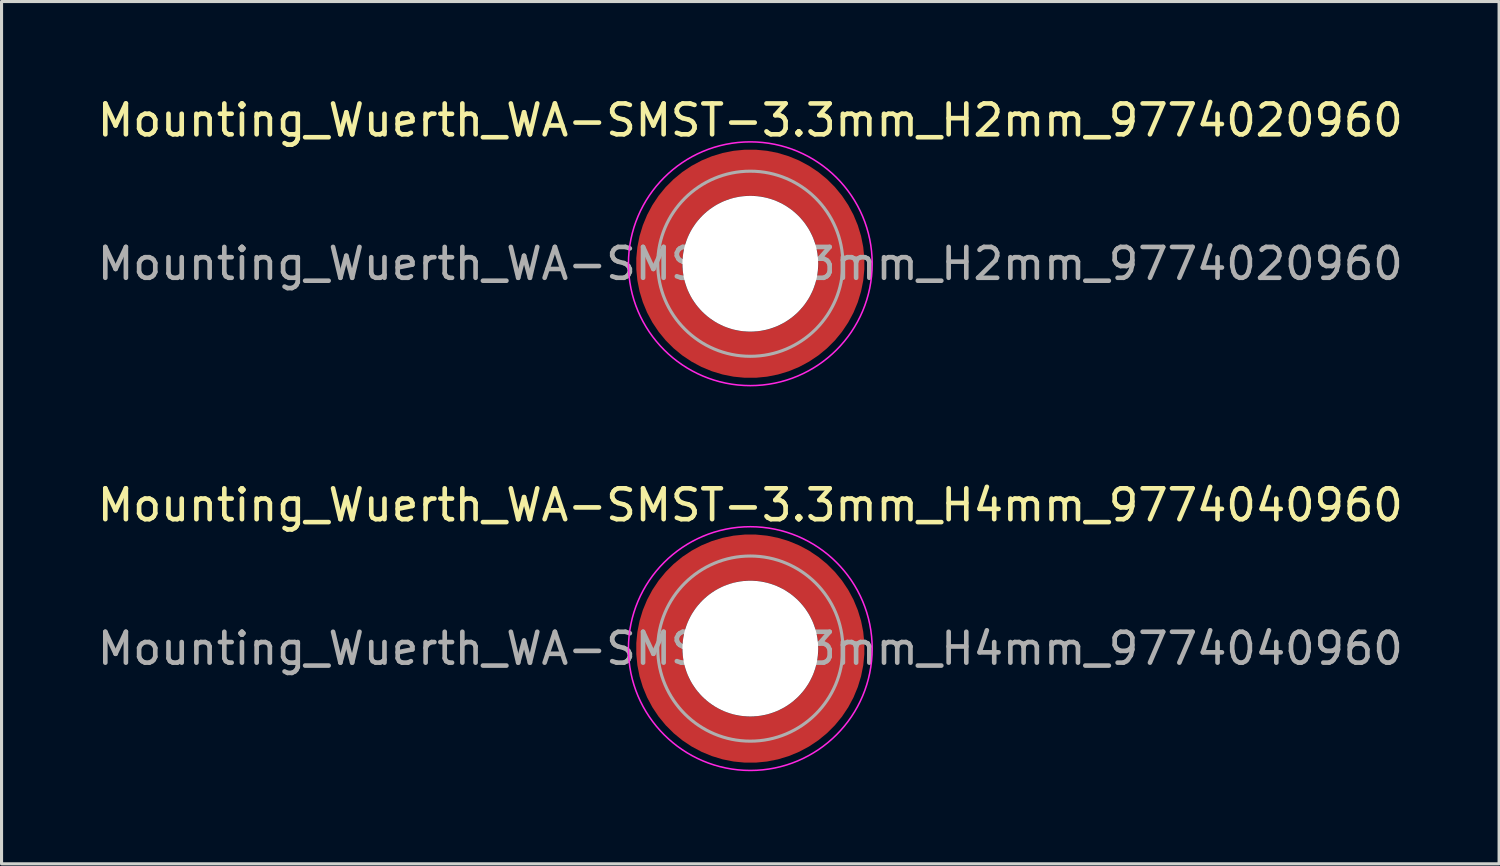
<source format=kicad_pcb>
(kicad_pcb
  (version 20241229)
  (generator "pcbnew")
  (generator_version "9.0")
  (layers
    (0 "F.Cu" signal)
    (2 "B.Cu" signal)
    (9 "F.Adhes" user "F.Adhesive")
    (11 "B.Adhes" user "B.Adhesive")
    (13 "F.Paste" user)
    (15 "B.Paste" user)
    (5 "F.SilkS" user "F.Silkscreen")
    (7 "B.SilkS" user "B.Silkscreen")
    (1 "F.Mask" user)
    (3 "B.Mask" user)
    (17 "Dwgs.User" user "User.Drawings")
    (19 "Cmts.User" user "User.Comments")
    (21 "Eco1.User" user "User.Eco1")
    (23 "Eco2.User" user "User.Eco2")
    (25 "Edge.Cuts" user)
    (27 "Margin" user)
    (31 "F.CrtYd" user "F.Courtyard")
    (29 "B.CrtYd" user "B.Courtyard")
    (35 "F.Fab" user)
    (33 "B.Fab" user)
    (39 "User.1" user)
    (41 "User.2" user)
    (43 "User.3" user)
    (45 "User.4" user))
  (footprint "Mounting_Wuerth_WA-SMST-3.3mm_H2mm_9774020960"
    (layer "F.Cu")
    (at 21.268 5.498)
    (property "Reference" "Mounting_Wuerth_WA-SMST-3.3mm_H2mm_9774020960" (at 0 -4.65 0) (layer "F.SilkS") (effects (font (size 1 1) (thickness 0.15))))
    (attr smd)
    (fp_circle (center 0 0) (end 3.95 0) (stroke (width 0.05) (type solid)) (fill no) (layer "F.CrtYd"))
    (fp_circle (center 0 0) (end 3 0) (stroke (width 0.1) (type solid)) (fill no) (layer "F.Fab"))
    (fp_text user "${REFERENCE}" (at 0 0 0) (layer "F.Fab") (effects (font (size 1 1) (thickness 0.15))))
    (pad "" smd custom (at -2.058 -2.058) (size 0.7 0.7) (layers "F.Paste") (options (anchor circle)) (primitives (gr_arc (start -0.377294 1.707681) (mid 0.317578 0.318817) (end 1.705947 -0.377044) (width 0.2)) (gr_arc (start -0.478281 1.707681) (mid 0.246161 0.248814) (end 1.703965 -0.477765) (width 0.2)) (gr_arc (start -0.579192 1.707681) (mid 0.175492 0.178063) (end 1.704077 -0.578711) (width 0.2)) (gr_arc (start -0.680037 1.707681) (mid 0.105568 0.106564) (end 1.706284 -0.679858) (width 0.2)) (gr_arc (start -0.780822 1.707681) (mid 0.034627 0.036085) (end 1.705634 -0.780569) (width 0.2)) (gr_arc (start -0.881554 1.707681) (mid -0.035694 -0.035016) (end 1.706729 -0.881441) (width 0.2)) (gr_arc (start -0.982237 1.707681) (mid -0.107281 -0.10485) (end 1.704266 -0.981843) (width 0.2)) (gr_arc (start -1.082877 1.707681) (mid -0.178372 -0.175181) (end 1.703197 -1.082374) (width 0.2)) (gr_arc (start -1.183476 1.707681) (mid -0.248964 -0.246008) (end 1.703525 -1.183025) (width 0.2)) (gr_arc (start -1.28404 1.707681) (mid -0.319062 -0.317334) (end 1.70525 -1.283784) (width 0.2)) (gr_line (start 1.708 -0.377) (end 1.708 -1.284) (width 0.2)) (gr_line (start -0.377 1.708) (end -1.284 1.708) (width 0.2))))
    (pad "" smd custom (at -2.058 2.058) (size 0.7 0.7) (layers "F.Paste") (options (anchor circle)) (primitives (gr_arc (start 1.707681 0.377294) (mid 0.318817 -0.317578) (end -0.377044 -1.705947) (width 0.2)) (gr_arc (start 1.707681 0.478281) (mid 0.248814 -0.246161) (end -0.477765 -1.703965) (width 0.2)) (gr_arc (start 1.707681 0.579192) (mid 0.178063 -0.175492) (end -0.578711 -1.704077) (width 0.2)) (gr_arc (start 1.707681 0.680037) (mid 0.106564 -0.105568) (end -0.679858 -1.706284) (width 0.2)) (gr_arc (start 1.707681 0.780822) (mid 0.036085 -0.034626) (end -0.780569 -1.705634) (width 0.2)) (gr_arc (start 1.707681 0.881554) (mid -0.035016 0.035694) (end -0.881441 -1.706729) (width 0.2)) (gr_arc (start 1.707681 0.982237) (mid -0.10485 0.107281) (end -0.981842 -1.704266) (width 0.2)) (gr_arc (start 1.707681 1.082877) (mid -0.175181 0.178372) (end -1.082374 -1.703197) (width 0.2)) (gr_arc (start 1.707681 1.183476) (mid -0.246008 0.248964) (end -1.183025 -1.703525) (width 0.2)) (gr_arc (start 1.707681 1.28404) (mid -0.317334 0.319062) (end -1.283784 -1.70525) (width 0.2)) (gr_line (start -0.377 -1.708) (end -1.284 -1.708) (width 0.2)) (gr_line (start 1.708 0.377) (end 1.708 1.284) (width 0.2))))
    (pad "" np_thru_hole circle (at 0 0) (size 4.4 4.4) (drill 4.4) (layers "*.Cu" "*.Mask"))
    (pad "" smd custom (at 2.058 -2.058) (size 0.7 0.7) (layers "F.Paste") (options (anchor circle)) (primitives (gr_arc (start -1.707681 -0.377294) (mid -0.318817 0.317579) (end 0.377044 1.705947) (width 0.2)) (gr_arc (start -1.707681 -0.478281) (mid -0.248814 0.246161) (end 0.477765 1.703965) (width 0.2)) (gr_arc (start -1.707681 -0.579192) (mid -0.178063 0.175492) (end 0.578711 1.704077) (width 0.2)) (gr_arc (start -1.707681 -0.680037) (mid -0.106564 0.105568) (end 0.679858 1.706284) (width 0.2)) (gr_arc (start -1.707681 -0.780822) (mid -0.036085 0.034627) (end 0.780569 1.705634) (width 0.2)) (gr_arc (start -1.707681 -0.881554) (mid 0.035016 -0.035694) (end 0.881441 1.706729) (width 0.2)) (gr_arc (start -1.707681 -0.982237) (mid 0.10485 -0.107281) (end 0.981843 1.704266) (width 0.2)) (gr_arc (start -1.707681 -1.082877) (mid 0.175181 -0.178372) (end 1.082374 1.703197) (width 0.2)) (gr_arc (start -1.707681 -1.183476) (mid 0.246008 -0.248964) (end 1.183025 1.703525) (width 0.2)) (gr_arc (start -1.707681 -1.28404) (mid 0.317333 -0.319062) (end 1.283784 1.70525) (width 0.2)) (gr_line (start 0.377 1.708) (end 1.284 1.708) (width 0.2)) (gr_line (start -1.708 -0.377) (end -1.708 -1.284) (width 0.2))))
    (pad "" smd custom (at 2.058 2.058) (size 0.7 0.7) (layers "F.Paste") (options (anchor circle)) (primitives (gr_arc (start 0.377294 -1.707681) (mid -0.317579 -0.318817) (end -1.705947 0.377044) (width 0.2)) (gr_arc (start 0.478281 -1.707681) (mid -0.246161 -0.248814) (end -1.703965 0.477765) (width 0.2)) (gr_arc (start 0.579192 -1.707681) (mid -0.175492 -0.178063) (end -1.704077 0.578711) (width 0.2)) (gr_arc (start 0.680037 -1.707681) (mid -0.105568 -0.106564) (end -1.706284 0.679858) (width 0.2)) (gr_arc (start 0.780822 -1.707681) (mid -0.034627 -0.036085) (end -1.705634 0.780569) (width 0.2)) (gr_arc (start 0.881554 -1.707681) (mid 0.035694 0.035016) (end -1.706729 0.881441) (width 0.2)) (gr_arc (start 0.982237 -1.707681) (mid 0.107281 0.10485) (end -1.704266 0.981843) (width 0.2)) (gr_arc (start 1.082877 -1.707681) (mid 0.178372 0.175181) (end -1.703197 1.082374) (width 0.2)) (gr_arc (start 1.183476 -1.707681) (mid 0.248964 0.246008) (end -1.703525 1.183025) (width 0.2)) (gr_arc (start 1.28404 -1.707681) (mid 0.319062 0.317333) (end -1.70525 1.283784) (width 0.2)) (gr_line (start -1.708 0.377) (end -1.708 1.284) (width 0.2)) (gr_line (start 0.377 -1.708) (end 1.284 -1.708) (width 0.2))))
    (pad "1" smd circle (at -2.95 0) (size 1.1 1.1) (layers "F.Cu"))
    (pad "1" smd circle (at 0 -2.95) (size 1.1 1.1) (layers "F.Cu"))
    (pad "1" smd circle (at 0 2.95) (size 1.1 1.1) (layers "F.Cu"))
    (pad "1" smd custom (at 2.95 0) (size 1.1 1.1) (layers "F.Cu" "F.Mask") (options (anchor circle)) (primitives (gr_circle (center -2.95 0) (end 0 0) (width 1.5) (fill no)))))
  (footprint "Mounting_Wuerth_WA-SMST-3.3mm_H4mm_9774040960"
    (layer "F.Cu")
    (at 21.268 17.971)
    (property "Reference" "Mounting_Wuerth_WA-SMST-3.3mm_H4mm_9774040960" (at 0 -4.65 0) (layer "F.SilkS") (effects (font (size 1 1) (thickness 0.15))))
    (attr smd)
    (fp_circle (center 0 0) (end 3.95 0) (stroke (width 0.05) (type solid)) (fill no) (layer "F.CrtYd"))
    (fp_circle (center 0 0) (end 3 0) (stroke (width 0.1) (type solid)) (fill no) (layer "F.Fab"))
    (fp_text user "${REFERENCE}" (at 0 0 0) (layer "F.Fab") (effects (font (size 1 1) (thickness 0.15))))
    (pad "" smd custom (at -2.058 -2.058) (size 0.7 0.7) (layers "F.Paste") (options (anchor circle)) (primitives (gr_arc (start -0.377294 1.707681) (mid 0.317578 0.318817) (end 1.705947 -0.377044) (width 0.2)) (gr_arc (start -0.478281 1.707681) (mid 0.246161 0.248814) (end 1.703965 -0.477765) (width 0.2)) (gr_arc (start -0.579192 1.707681) (mid 0.175492 0.178063) (end 1.704077 -0.578711) (width 0.2)) (gr_arc (start -0.680037 1.707681) (mid 0.105568 0.106564) (end 1.706284 -0.679858) (width 0.2)) (gr_arc (start -0.780822 1.707681) (mid 0.034627 0.036085) (end 1.705634 -0.780569) (width 0.2)) (gr_arc (start -0.881554 1.707681) (mid -0.035694 -0.035016) (end 1.706729 -0.881441) (width 0.2)) (gr_arc (start -0.982237 1.707681) (mid -0.107281 -0.10485) (end 1.704266 -0.981843) (width 0.2)) (gr_arc (start -1.082877 1.707681) (mid -0.178372 -0.175181) (end 1.703197 -1.082374) (width 0.2)) (gr_arc (start -1.183476 1.707681) (mid -0.248964 -0.246008) (end 1.703525 -1.183025) (width 0.2)) (gr_arc (start -1.28404 1.707681) (mid -0.319062 -0.317334) (end 1.70525 -1.283784) (width 0.2)) (gr_line (start 1.708 -0.377) (end 1.708 -1.284) (width 0.2)) (gr_line (start -0.377 1.708) (end -1.284 1.708) (width 0.2))))
    (pad "" smd custom (at -2.058 2.058) (size 0.7 0.7) (layers "F.Paste") (options (anchor circle)) (primitives (gr_arc (start 1.707681 0.377294) (mid 0.318817 -0.317578) (end -0.377044 -1.705947) (width 0.2)) (gr_arc (start 1.707681 0.478281) (mid 0.248814 -0.246161) (end -0.477765 -1.703965) (width 0.2)) (gr_arc (start 1.707681 0.579192) (mid 0.178063 -0.175492) (end -0.578711 -1.704077) (width 0.2)) (gr_arc (start 1.707681 0.680037) (mid 0.106564 -0.105568) (end -0.679858 -1.706284) (width 0.2)) (gr_arc (start 1.707681 0.780822) (mid 0.036085 -0.034626) (end -0.780569 -1.705634) (width 0.2)) (gr_arc (start 1.707681 0.881554) (mid -0.035016 0.035694) (end -0.881441 -1.706729) (width 0.2)) (gr_arc (start 1.707681 0.982237) (mid -0.10485 0.107281) (end -0.981842 -1.704266) (width 0.2)) (gr_arc (start 1.707681 1.082877) (mid -0.175181 0.178372) (end -1.082374 -1.703197) (width 0.2)) (gr_arc (start 1.707681 1.183476) (mid -0.246008 0.248964) (end -1.183025 -1.703525) (width 0.2)) (gr_arc (start 1.707681 1.28404) (mid -0.317334 0.319062) (end -1.283784 -1.70525) (width 0.2)) (gr_line (start -0.377 -1.708) (end -1.284 -1.708) (width 0.2)) (gr_line (start 1.708 0.377) (end 1.708 1.284) (width 0.2))))
    (pad "" np_thru_hole circle (at 0 0) (size 4.4 4.4) (drill 4.4) (layers "*.Cu" "*.Mask"))
    (pad "" smd custom (at 2.058 -2.058) (size 0.7 0.7) (layers "F.Paste") (options (anchor circle)) (primitives (gr_arc (start -1.707681 -0.377294) (mid -0.318817 0.317579) (end 0.377044 1.705947) (width 0.2)) (gr_arc (start -1.707681 -0.478281) (mid -0.248814 0.246161) (end 0.477765 1.703965) (width 0.2)) (gr_arc (start -1.707681 -0.579192) (mid -0.178063 0.175492) (end 0.578711 1.704077) (width 0.2)) (gr_arc (start -1.707681 -0.680037) (mid -0.106564 0.105568) (end 0.679858 1.706284) (width 0.2)) (gr_arc (start -1.707681 -0.780822) (mid -0.036085 0.034627) (end 0.780569 1.705634) (width 0.2)) (gr_arc (start -1.707681 -0.881554) (mid 0.035016 -0.035694) (end 0.881441 1.706729) (width 0.2)) (gr_arc (start -1.707681 -0.982237) (mid 0.10485 -0.107281) (end 0.981843 1.704266) (width 0.2)) (gr_arc (start -1.707681 -1.082877) (mid 0.175181 -0.178372) (end 1.082374 1.703197) (width 0.2)) (gr_arc (start -1.707681 -1.183476) (mid 0.246008 -0.248964) (end 1.183025 1.703525) (width 0.2)) (gr_arc (start -1.707681 -1.28404) (mid 0.317333 -0.319062) (end 1.283784 1.70525) (width 0.2)) (gr_line (start 0.377 1.708) (end 1.284 1.708) (width 0.2)) (gr_line (start -1.708 -0.377) (end -1.708 -1.284) (width 0.2))))
    (pad "" smd custom (at 2.058 2.058) (size 0.7 0.7) (layers "F.Paste") (options (anchor circle)) (primitives (gr_arc (start 0.377294 -1.707681) (mid -0.317579 -0.318817) (end -1.705947 0.377044) (width 0.2)) (gr_arc (start 0.478281 -1.707681) (mid -0.246161 -0.248814) (end -1.703965 0.477765) (width 0.2)) (gr_arc (start 0.579192 -1.707681) (mid -0.175492 -0.178063) (end -1.704077 0.578711) (width 0.2)) (gr_arc (start 0.680037 -1.707681) (mid -0.105568 -0.106564) (end -1.706284 0.679858) (width 0.2)) (gr_arc (start 0.780822 -1.707681) (mid -0.034627 -0.036085) (end -1.705634 0.780569) (width 0.2)) (gr_arc (start 0.881554 -1.707681) (mid 0.035694 0.035016) (end -1.706729 0.881441) (width 0.2)) (gr_arc (start 0.982237 -1.707681) (mid 0.107281 0.10485) (end -1.704266 0.981843) (width 0.2)) (gr_arc (start 1.082877 -1.707681) (mid 0.178372 0.175181) (end -1.703197 1.082374) (width 0.2)) (gr_arc (start 1.183476 -1.707681) (mid 0.248964 0.246008) (end -1.703525 1.183025) (width 0.2)) (gr_arc (start 1.28404 -1.707681) (mid 0.319062 0.317333) (end -1.70525 1.283784) (width 0.2)) (gr_line (start -1.708 0.377) (end -1.708 1.284) (width 0.2)) (gr_line (start 0.377 -1.708) (end 1.284 -1.708) (width 0.2))))
    (pad "1" smd circle (at -2.95 0) (size 1.1 1.1) (layers "F.Cu"))
    (pad "1" smd circle (at 0 -2.95) (size 1.1 1.1) (layers "F.Cu"))
    (pad "1" smd circle (at 0 2.95) (size 1.1 1.1) (layers "F.Cu"))
    (pad "1" smd custom (at 2.95 0) (size 1.1 1.1) (layers "F.Cu" "F.Mask") (options (anchor circle)) (primitives (gr_circle (center -2.95 0) (end 0 0) (width 1.5) (fill no)))))
  (gr_rect
    (start -3 -3)
    (end 45.536 24.947)
    (stroke (width 0.1) (type default))
    (fill no)
    (layer "Edge.Cuts")))
</source>
